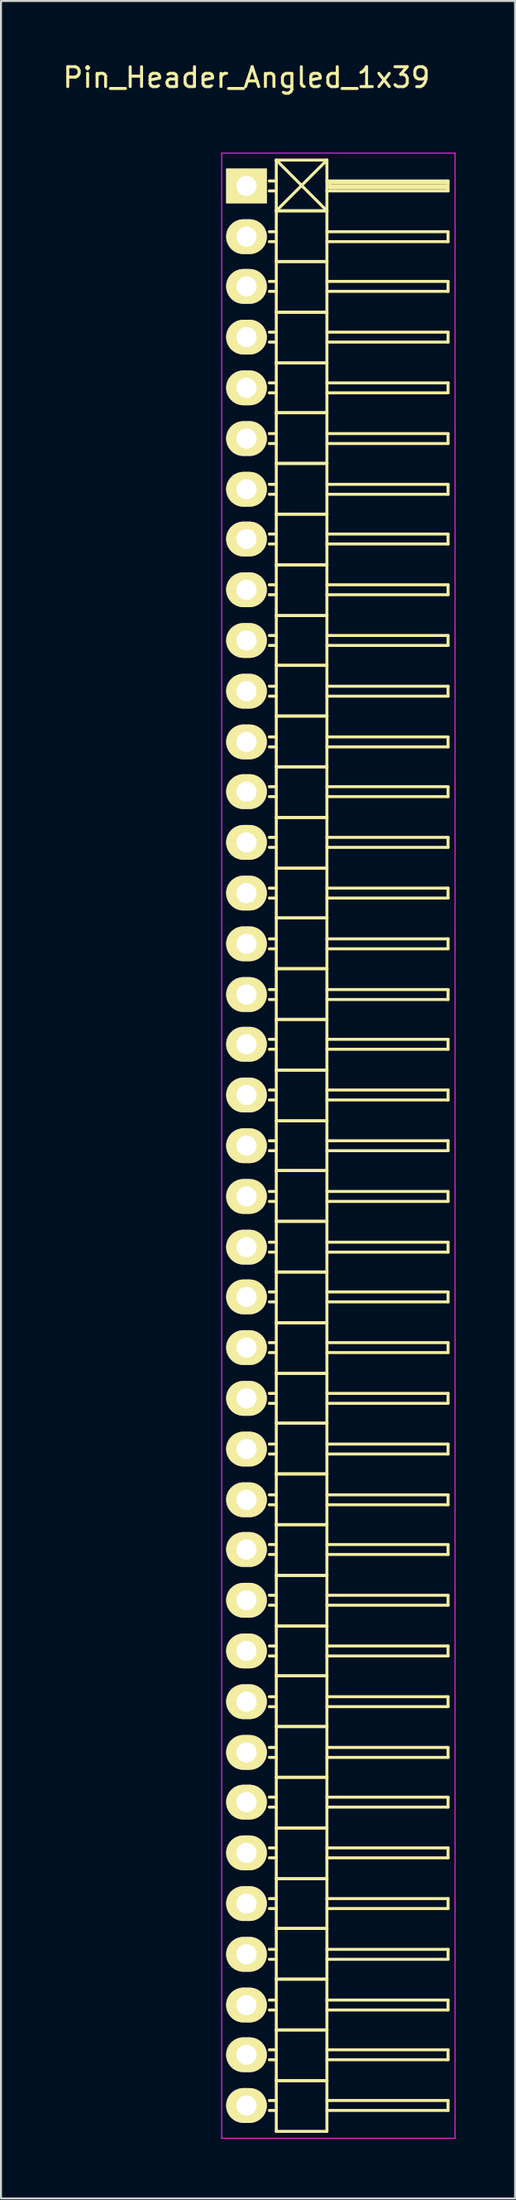
<source format=kicad_pcb>
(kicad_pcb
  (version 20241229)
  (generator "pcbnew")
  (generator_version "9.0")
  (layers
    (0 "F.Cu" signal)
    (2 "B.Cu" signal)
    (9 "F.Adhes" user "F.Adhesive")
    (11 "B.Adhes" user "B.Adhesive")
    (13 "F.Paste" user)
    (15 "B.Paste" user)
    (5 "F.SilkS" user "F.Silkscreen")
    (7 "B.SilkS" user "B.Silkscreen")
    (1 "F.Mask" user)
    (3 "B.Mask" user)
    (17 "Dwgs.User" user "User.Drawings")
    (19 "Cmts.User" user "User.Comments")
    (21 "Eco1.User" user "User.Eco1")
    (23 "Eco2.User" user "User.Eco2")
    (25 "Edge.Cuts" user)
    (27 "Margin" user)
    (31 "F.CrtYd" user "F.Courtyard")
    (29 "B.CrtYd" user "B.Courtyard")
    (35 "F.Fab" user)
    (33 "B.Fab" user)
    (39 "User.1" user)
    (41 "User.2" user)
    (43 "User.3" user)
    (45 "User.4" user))
  (footprint "Pin_Header_Angled_1x39"
    (layer "F.Cu")
    (at 9.363 6.298)
    (property "Reference" "Pin_Header_Angled_1x39" (at 0 -5.45 0) (layer "F.SilkS") (effects (font (size 1 1) (thickness 0.15))))
    (attr through_hole)
    (fp_line (start 1.5 -1.3) (end 1.5 1.25) (stroke (width 0.15) (type solid)) (layer "F.SilkS"))
    (fp_line (start 1.5 -1.3) (end 4.05 -1.3) (stroke (width 0.15) (type solid)) (layer "F.SilkS"))
    (fp_line (start 1.5 -0.25) (end 1.15 -0.25) (stroke (width 0.15) (type solid)) (layer "F.SilkS"))
    (fp_line (start 1.5 0.25) (end 1.15 0.25) (stroke (width 0.15) (type solid)) (layer "F.SilkS"))
    (fp_line (start 1.5 1.25) (end 1.5 3.8) (stroke (width 0.15) (type solid)) (layer "F.SilkS"))
    (fp_line (start 1.5 1.25) (end 4.05 1.25) (stroke (width 0.15) (type solid)) (layer "F.SilkS"))
    (fp_line (start 1.5 1.25) (end 4.05 1.25) (stroke (width 0.15) (type solid)) (layer "F.SilkS"))
    (fp_line (start 1.5 2.3) (end 1.15 2.3) (stroke (width 0.15) (type solid)) (layer "F.SilkS"))
    (fp_line (start 1.5 2.8) (end 1.15 2.8) (stroke (width 0.15) (type solid)) (layer "F.SilkS"))
    (fp_line (start 1.5 3.8) (end 1.5 6.35) (stroke (width 0.15) (type solid)) (layer "F.SilkS"))
    (fp_line (start 1.5 3.8) (end 4.05 3.8) (stroke (width 0.15) (type solid)) (layer "F.SilkS"))
    (fp_line (start 1.5 3.8) (end 4.05 3.8) (stroke (width 0.15) (type solid)) (layer "F.SilkS"))
    (fp_line (start 1.5 4.8) (end 1.15 4.8) (stroke (width 0.15) (type solid)) (layer "F.SilkS"))
    (fp_line (start 1.5 5.3) (end 1.15 5.3) (stroke (width 0.15) (type solid)) (layer "F.SilkS"))
    (fp_line (start 1.5 6.35) (end 1.5 8.9) (stroke (width 0.15) (type solid)) (layer "F.SilkS"))
    (fp_line (start 1.5 6.35) (end 4.05 6.35) (stroke (width 0.15) (type solid)) (layer "F.SilkS"))
    (fp_line (start 1.5 6.35) (end 4.05 6.35) (stroke (width 0.15) (type solid)) (layer "F.SilkS"))
    (fp_line (start 1.5 7.35) (end 1.15 7.35) (stroke (width 0.15) (type solid)) (layer "F.SilkS"))
    (fp_line (start 1.5 7.85) (end 1.15 7.85) (stroke (width 0.15) (type solid)) (layer "F.SilkS"))
    (fp_line (start 1.5 8.9) (end 1.5 11.4) (stroke (width 0.15) (type solid)) (layer "F.SilkS"))
    (fp_line (start 1.5 8.9) (end 4.05 8.9) (stroke (width 0.15) (type solid)) (layer "F.SilkS"))
    (fp_line (start 1.5 8.9) (end 4.05 8.9) (stroke (width 0.15) (type solid)) (layer "F.SilkS"))
    (fp_line (start 1.5 9.9) (end 1.15 9.9) (stroke (width 0.15) (type solid)) (layer "F.SilkS"))
    (fp_line (start 1.5 10.4) (end 1.15 10.4) (stroke (width 0.15) (type solid)) (layer "F.SilkS"))
    (fp_line (start 1.5 11.4) (end 1.5 13.95) (stroke (width 0.15) (type solid)) (layer "F.SilkS"))
    (fp_line (start 1.5 11.4) (end 4.05 11.4) (stroke (width 0.15) (type solid)) (layer "F.SilkS"))
    (fp_line (start 1.5 11.4) (end 4.05 11.4) (stroke (width 0.15) (type solid)) (layer "F.SilkS"))
    (fp_line (start 1.5 12.45) (end 1.15 12.45) (stroke (width 0.15) (type solid)) (layer "F.SilkS"))
    (fp_line (start 1.5 12.95) (end 1.15 12.95) (stroke (width 0.15) (type solid)) (layer "F.SilkS"))
    (fp_line (start 1.5 13.95) (end 1.5 16.5) (stroke (width 0.15) (type solid)) (layer "F.SilkS"))
    (fp_line (start 1.5 13.95) (end 4.05 13.95) (stroke (width 0.15) (type solid)) (layer "F.SilkS"))
    (fp_line (start 1.5 13.95) (end 4.05 13.95) (stroke (width 0.15) (type solid)) (layer "F.SilkS"))
    (fp_line (start 1.5 15) (end 1.15 15) (stroke (width 0.15) (type solid)) (layer "F.SilkS"))
    (fp_line (start 1.5 15.5) (end 1.15 15.5) (stroke (width 0.15) (type solid)) (layer "F.SilkS"))
    (fp_line (start 1.5 16.5) (end 1.5 19.05) (stroke (width 0.15) (type solid)) (layer "F.SilkS"))
    (fp_line (start 1.5 16.5) (end 4.05 16.5) (stroke (width 0.15) (type solid)) (layer "F.SilkS"))
    (fp_line (start 1.5 16.5) (end 4.05 16.5) (stroke (width 0.15) (type solid)) (layer "F.SilkS"))
    (fp_line (start 1.5 17.5) (end 1.15 17.5) (stroke (width 0.15) (type solid)) (layer "F.SilkS"))
    (fp_line (start 1.5 18) (end 1.15 18) (stroke (width 0.15) (type solid)) (layer "F.SilkS"))
    (fp_line (start 1.5 19.05) (end 1.5 21.6) (stroke (width 0.15) (type solid)) (layer "F.SilkS"))
    (fp_line (start 1.5 19.05) (end 4.05 19.05) (stroke (width 0.15) (type solid)) (layer "F.SilkS"))
    (fp_line (start 1.5 19.05) (end 4.05 19.05) (stroke (width 0.15) (type solid)) (layer "F.SilkS"))
    (fp_line (start 1.5 20.05) (end 1.15 20.05) (stroke (width 0.15) (type solid)) (layer "F.SilkS"))
    (fp_line (start 1.5 20.55) (end 1.15 20.55) (stroke (width 0.15) (type solid)) (layer "F.SilkS"))
    (fp_line (start 1.5 21.6) (end 1.5 24.1) (stroke (width 0.15) (type solid)) (layer "F.SilkS"))
    (fp_line (start 1.5 21.6) (end 4.05 21.6) (stroke (width 0.15) (type solid)) (layer "F.SilkS"))
    (fp_line (start 1.5 21.6) (end 4.05 21.6) (stroke (width 0.15) (type solid)) (layer "F.SilkS"))
    (fp_line (start 1.5 22.6) (end 1.15 22.6) (stroke (width 0.15) (type solid)) (layer "F.SilkS"))
    (fp_line (start 1.5 23.1) (end 1.15 23.1) (stroke (width 0.15) (type solid)) (layer "F.SilkS"))
    (fp_line (start 1.5 24.1) (end 1.5 26.65) (stroke (width 0.15) (type solid)) (layer "F.SilkS"))
    (fp_line (start 1.5 24.1) (end 4.05 24.1) (stroke (width 0.15) (type solid)) (layer "F.SilkS"))
    (fp_line (start 1.5 24.1) (end 4.05 24.1) (stroke (width 0.15) (type solid)) (layer "F.SilkS"))
    (fp_line (start 1.5 25.15) (end 1.15 25.15) (stroke (width 0.15) (type solid)) (layer "F.SilkS"))
    (fp_line (start 1.5 25.65) (end 1.15 25.65) (stroke (width 0.15) (type solid)) (layer "F.SilkS"))
    (fp_line (start 1.5 26.65) (end 1.5 29.2) (stroke (width 0.15) (type solid)) (layer "F.SilkS"))
    (fp_line (start 1.5 26.65) (end 4.05 26.65) (stroke (width 0.15) (type solid)) (layer "F.SilkS"))
    (fp_line (start 1.5 26.65) (end 4.05 26.65) (stroke (width 0.15) (type solid)) (layer "F.SilkS"))
    (fp_line (start 1.5 27.7) (end 1.15 27.7) (stroke (width 0.15) (type solid)) (layer "F.SilkS"))
    (fp_line (start 1.5 28.2) (end 1.15 28.2) (stroke (width 0.15) (type solid)) (layer "F.SilkS"))
    (fp_line (start 1.5 29.2) (end 1.5 31.75) (stroke (width 0.15) (type solid)) (layer "F.SilkS"))
    (fp_line (start 1.5 29.2) (end 4.05 29.2) (stroke (width 0.15) (type solid)) (layer "F.SilkS"))
    (fp_line (start 1.5 29.2) (end 4.05 29.2) (stroke (width 0.15) (type solid)) (layer "F.SilkS"))
    (fp_line (start 1.5 30.2) (end 1.15 30.2) (stroke (width 0.15) (type solid)) (layer "F.SilkS"))
    (fp_line (start 1.5 30.7) (end 1.15 30.7) (stroke (width 0.15) (type solid)) (layer "F.SilkS"))
    (fp_line (start 1.5 31.75) (end 1.5 34.3) (stroke (width 0.15) (type solid)) (layer "F.SilkS"))
    (fp_line (start 1.5 31.75) (end 4.05 31.75) (stroke (width 0.15) (type solid)) (layer "F.SilkS"))
    (fp_line (start 1.5 31.75) (end 4.05 31.75) (stroke (width 0.15) (type solid)) (layer "F.SilkS"))
    (fp_line (start 1.5 32.75) (end 1.15 32.75) (stroke (width 0.15) (type solid)) (layer "F.SilkS"))
    (fp_line (start 1.5 33.25) (end 1.15 33.25) (stroke (width 0.15) (type solid)) (layer "F.SilkS"))
    (fp_line (start 1.5 34.3) (end 1.5 36.8) (stroke (width 0.15) (type solid)) (layer "F.SilkS"))
    (fp_line (start 1.5 34.3) (end 4.05 34.3) (stroke (width 0.15) (type solid)) (layer "F.SilkS"))
    (fp_line (start 1.5 34.3) (end 4.05 34.3) (stroke (width 0.15) (type solid)) (layer "F.SilkS"))
    (fp_line (start 1.5 35.3) (end 1.15 35.3) (stroke (width 0.15) (type solid)) (layer "F.SilkS"))
    (fp_line (start 1.5 35.8) (end 1.15 35.8) (stroke (width 0.15) (type solid)) (layer "F.SilkS"))
    (fp_line (start 1.5 36.8) (end 1.5 39.35) (stroke (width 0.15) (type solid)) (layer "F.SilkS"))
    (fp_line (start 1.5 36.8) (end 4.05 36.8) (stroke (width 0.15) (type solid)) (layer "F.SilkS"))
    (fp_line (start 1.5 36.8) (end 4.05 36.8) (stroke (width 0.15) (type solid)) (layer "F.SilkS"))
    (fp_line (start 1.5 37.85) (end 1.15 37.85) (stroke (width 0.15) (type solid)) (layer "F.SilkS"))
    (fp_line (start 1.5 38.35) (end 1.15 38.35) (stroke (width 0.15) (type solid)) (layer "F.SilkS"))
    (fp_line (start 1.5 39.35) (end 1.5 41.9) (stroke (width 0.15) (type solid)) (layer "F.SilkS"))
    (fp_line (start 1.5 39.35) (end 4.05 39.35) (stroke (width 0.15) (type solid)) (layer "F.SilkS"))
    (fp_line (start 1.5 39.35) (end 4.05 39.35) (stroke (width 0.15) (type solid)) (layer "F.SilkS"))
    (fp_line (start 1.5 40.4) (end 1.15 40.4) (stroke (width 0.15) (type solid)) (layer "F.SilkS"))
    (fp_line (start 1.5 40.9) (end 1.15 40.9) (stroke (width 0.15) (type solid)) (layer "F.SilkS"))
    (fp_line (start 1.5 41.9) (end 1.5 44.45) (stroke (width 0.15) (type solid)) (layer "F.SilkS"))
    (fp_line (start 1.5 41.9) (end 4.05 41.9) (stroke (width 0.15) (type solid)) (layer "F.SilkS"))
    (fp_line (start 1.5 41.9) (end 4.05 41.9) (stroke (width 0.15) (type solid)) (layer "F.SilkS"))
    (fp_line (start 1.5 42.9) (end 1.15 42.9) (stroke (width 0.15) (type solid)) (layer "F.SilkS"))
    (fp_line (start 1.5 43.4) (end 1.15 43.4) (stroke (width 0.15) (type solid)) (layer "F.SilkS"))
    (fp_line (start 1.5 44.45) (end 1.5 47) (stroke (width 0.15) (type solid)) (layer "F.SilkS"))
    (fp_line (start 1.5 44.45) (end 4.05 44.45) (stroke (width 0.15) (type solid)) (layer "F.SilkS"))
    (fp_line (start 1.5 44.45) (end 4.05 44.45) (stroke (width 0.15) (type solid)) (layer "F.SilkS"))
    (fp_line (start 1.5 45.45) (end 1.15 45.45) (stroke (width 0.15) (type solid)) (layer "F.SilkS"))
    (fp_line (start 1.5 45.95) (end 1.15 45.95) (stroke (width 0.15) (type solid)) (layer "F.SilkS"))
    (fp_line (start 1.5 47) (end 1.5 49.5) (stroke (width 0.15) (type solid)) (layer "F.SilkS"))
    (fp_line (start 1.5 47) (end 4.05 47) (stroke (width 0.15) (type solid)) (layer "F.SilkS"))
    (fp_line (start 1.5 47) (end 4.05 47) (stroke (width 0.15) (type solid)) (layer "F.SilkS"))
    (fp_line (start 1.5 48) (end 1.15 48) (stroke (width 0.15) (type solid)) (layer "F.SilkS"))
    (fp_line (start 1.5 48.5) (end 1.15 48.5) (stroke (width 0.15) (type solid)) (layer "F.SilkS"))
    (fp_line (start 1.5 49.5) (end 1.5 52.05) (stroke (width 0.15) (type solid)) (layer "F.SilkS"))
    (fp_line (start 1.5 49.5) (end 4.05 49.5) (stroke (width 0.15) (type solid)) (layer "F.SilkS"))
    (fp_line (start 1.5 49.5) (end 4.05 49.5) (stroke (width 0.15) (type solid)) (layer "F.SilkS"))
    (fp_line (start 1.5 50.55) (end 1.15 50.55) (stroke (width 0.15) (type solid)) (layer "F.SilkS"))
    (fp_line (start 1.5 51.05) (end 1.15 51.05) (stroke (width 0.15) (type solid)) (layer "F.SilkS"))
    (fp_line (start 1.5 52.05) (end 1.5 54.6) (stroke (width 0.15) (type solid)) (layer "F.SilkS"))
    (fp_line (start 1.5 52.05) (end 4.05 52.05) (stroke (width 0.15) (type solid)) (layer "F.SilkS"))
    (fp_line (start 1.5 52.05) (end 4.05 52.05) (stroke (width 0.15) (type solid)) (layer "F.SilkS"))
    (fp_line (start 1.5 53.1) (end 1.15 53.1) (stroke (width 0.15) (type solid)) (layer "F.SilkS"))
    (fp_line (start 1.5 53.6) (end 1.15 53.6) (stroke (width 0.15) (type solid)) (layer "F.SilkS"))
    (fp_line (start 1.5 54.6) (end 1.5 57.15) (stroke (width 0.15) (type solid)) (layer "F.SilkS"))
    (fp_line (start 1.5 54.6) (end 4.05 54.6) (stroke (width 0.15) (type solid)) (layer "F.SilkS"))
    (fp_line (start 1.5 54.6) (end 4.05 54.6) (stroke (width 0.15) (type solid)) (layer "F.SilkS"))
    (fp_line (start 1.5 55.6) (end 1.15 55.6) (stroke (width 0.15) (type solid)) (layer "F.SilkS"))
    (fp_line (start 1.5 56.1) (end 1.15 56.1) (stroke (width 0.15) (type solid)) (layer "F.SilkS"))
    (fp_line (start 1.5 57.15) (end 1.5 59.7) (stroke (width 0.15) (type solid)) (layer "F.SilkS"))
    (fp_line (start 1.5 57.15) (end 4.05 57.15) (stroke (width 0.15) (type solid)) (layer "F.SilkS"))
    (fp_line (start 1.5 57.15) (end 4.05 57.15) (stroke (width 0.15) (type solid)) (layer "F.SilkS"))
    (fp_line (start 1.5 58.15) (end 1.15 58.15) (stroke (width 0.15) (type solid)) (layer "F.SilkS"))
    (fp_line (start 1.5 58.65) (end 1.15 58.65) (stroke (width 0.15) (type solid)) (layer "F.SilkS"))
    (fp_line (start 1.5 59.7) (end 1.5 62.2) (stroke (width 0.15) (type solid)) (layer "F.SilkS"))
    (fp_line (start 1.5 59.7) (end 4.05 59.7) (stroke (width 0.15) (type solid)) (layer "F.SilkS"))
    (fp_line (start 1.5 59.7) (end 4.05 59.7) (stroke (width 0.15) (type solid)) (layer "F.SilkS"))
    (fp_line (start 1.5 60.7) (end 1.15 60.7) (stroke (width 0.15) (type solid)) (layer "F.SilkS"))
    (fp_line (start 1.5 61.2) (end 1.15 61.2) (stroke (width 0.15) (type solid)) (layer "F.SilkS"))
    (fp_line (start 1.5 62.2) (end 1.5 64.75) (stroke (width 0.15) (type solid)) (layer "F.SilkS"))
    (fp_line (start 1.5 62.2) (end 4.05 62.2) (stroke (width 0.15) (type solid)) (layer "F.SilkS"))
    (fp_line (start 1.5 62.2) (end 4.05 62.2) (stroke (width 0.15) (type solid)) (layer "F.SilkS"))
    (fp_line (start 1.5 63.25) (end 1.15 63.25) (stroke (width 0.15) (type solid)) (layer "F.SilkS"))
    (fp_line (start 1.5 63.75) (end 1.15 63.75) (stroke (width 0.15) (type solid)) (layer "F.SilkS"))
    (fp_line (start 1.5 64.75) (end 1.5 67.3) (stroke (width 0.15) (type solid)) (layer "F.SilkS"))
    (fp_line (start 1.5 64.75) (end 4.05 64.75) (stroke (width 0.15) (type solid)) (layer "F.SilkS"))
    (fp_line (start 1.5 64.75) (end 4.05 64.75) (stroke (width 0.15) (type solid)) (layer "F.SilkS"))
    (fp_line (start 1.5 65.8) (end 1.15 65.8) (stroke (width 0.15) (type solid)) (layer "F.SilkS"))
    (fp_line (start 1.5 66.3) (end 1.15 66.3) (stroke (width 0.15) (type solid)) (layer "F.SilkS"))
    (fp_line (start 1.5 67.3) (end 1.5 69.85) (stroke (width 0.15) (type solid)) (layer "F.SilkS"))
    (fp_line (start 1.5 67.3) (end 4.05 67.3) (stroke (width 0.15) (type solid)) (layer "F.SilkS"))
    (fp_line (start 1.5 67.3) (end 4.05 67.3) (stroke (width 0.15) (type solid)) (layer "F.SilkS"))
    (fp_line (start 1.5 68.3) (end 1.15 68.3) (stroke (width 0.15) (type solid)) (layer "F.SilkS"))
    (fp_line (start 1.5 68.8) (end 1.15 68.8) (stroke (width 0.15) (type solid)) (layer "F.SilkS"))
    (fp_line (start 1.5 69.85) (end 1.5 72.4) (stroke (width 0.15) (type solid)) (layer "F.SilkS"))
    (fp_line (start 1.5 69.85) (end 4.05 69.85) (stroke (width 0.15) (type solid)) (layer "F.SilkS"))
    (fp_line (start 1.5 69.85) (end 4.05 69.85) (stroke (width 0.15) (type solid)) (layer "F.SilkS"))
    (fp_line (start 1.5 70.85) (end 1.15 70.85) (stroke (width 0.15) (type solid)) (layer "F.SilkS"))
    (fp_line (start 1.5 71.35) (end 1.15 71.35) (stroke (width 0.15) (type solid)) (layer "F.SilkS"))
    (fp_line (start 1.5 72.4) (end 1.5 74.9) (stroke (width 0.15) (type solid)) (layer "F.SilkS"))
    (fp_line (start 1.5 72.4) (end 4.05 72.4) (stroke (width 0.15) (type solid)) (layer "F.SilkS"))
    (fp_line (start 1.5 72.4) (end 4.05 72.4) (stroke (width 0.15) (type solid)) (layer "F.SilkS"))
    (fp_line (start 1.5 73.4) (end 1.15 73.4) (stroke (width 0.15) (type solid)) (layer "F.SilkS"))
    (fp_line (start 1.5 73.9) (end 1.15 73.9) (stroke (width 0.15) (type solid)) (layer "F.SilkS"))
    (fp_line (start 1.5 74.9) (end 1.5 77.45) (stroke (width 0.15) (type solid)) (layer "F.SilkS"))
    (fp_line (start 1.5 74.9) (end 4.05 74.9) (stroke (width 0.15) (type solid)) (layer "F.SilkS"))
    (fp_line (start 1.5 74.9) (end 4.05 74.9) (stroke (width 0.15) (type solid)) (layer "F.SilkS"))
    (fp_line (start 1.5 75.95) (end 1.15 75.95) (stroke (width 0.15) (type solid)) (layer "F.SilkS"))
    (fp_line (start 1.5 76.45) (end 1.15 76.45) (stroke (width 0.15) (type solid)) (layer "F.SilkS"))
    (fp_line (start 1.5 77.45) (end 1.5 80) (stroke (width 0.15) (type solid)) (layer "F.SilkS"))
    (fp_line (start 1.5 77.45) (end 4.05 77.45) (stroke (width 0.15) (type solid)) (layer "F.SilkS"))
    (fp_line (start 1.5 77.45) (end 4.05 77.45) (stroke (width 0.15) (type solid)) (layer "F.SilkS"))
    (fp_line (start 1.5 78.5) (end 1.15 78.5) (stroke (width 0.15) (type solid)) (layer "F.SilkS"))
    (fp_line (start 1.5 79) (end 1.15 79) (stroke (width 0.15) (type solid)) (layer "F.SilkS"))
    (fp_line (start 1.5 80) (end 1.5 82.55) (stroke (width 0.15) (type solid)) (layer "F.SilkS"))
    (fp_line (start 1.5 80) (end 4.05 80) (stroke (width 0.15) (type solid)) (layer "F.SilkS"))
    (fp_line (start 1.5 80) (end 4.05 80) (stroke (width 0.15) (type solid)) (layer "F.SilkS"))
    (fp_line (start 1.5 81) (end 1.15 81) (stroke (width 0.15) (type solid)) (layer "F.SilkS"))
    (fp_line (start 1.5 81.5) (end 1.15 81.5) (stroke (width 0.15) (type solid)) (layer "F.SilkS"))
    (fp_line (start 1.5 82.55) (end 1.5 85.1) (stroke (width 0.15) (type solid)) (layer "F.SilkS"))
    (fp_line (start 1.5 82.55) (end 4.05 82.55) (stroke (width 0.15) (type solid)) (layer "F.SilkS"))
    (fp_line (start 1.5 82.55) (end 4.05 82.55) (stroke (width 0.15) (type solid)) (layer "F.SilkS"))
    (fp_line (start 1.5 83.55) (end 1.15 83.55) (stroke (width 0.15) (type solid)) (layer "F.SilkS"))
    (fp_line (start 1.5 84.05) (end 1.15 84.05) (stroke (width 0.15) (type solid)) (layer "F.SilkS"))
    (fp_line (start 1.5 85.1) (end 1.5 87.6) (stroke (width 0.15) (type solid)) (layer "F.SilkS"))
    (fp_line (start 1.5 85.1) (end 4.05 85.1) (stroke (width 0.15) (type solid)) (layer "F.SilkS"))
    (fp_line (start 1.5 85.1) (end 4.05 85.1) (stroke (width 0.15) (type solid)) (layer "F.SilkS"))
    (fp_line (start 1.5 86.1) (end 1.15 86.1) (stroke (width 0.15) (type solid)) (layer "F.SilkS"))
    (fp_line (start 1.5 86.6) (end 1.15 86.6) (stroke (width 0.15) (type solid)) (layer "F.SilkS"))
    (fp_line (start 1.5 87.6) (end 1.5 90.15) (stroke (width 0.15) (type solid)) (layer "F.SilkS"))
    (fp_line (start 1.5 87.6) (end 4.05 87.6) (stroke (width 0.15) (type solid)) (layer "F.SilkS"))
    (fp_line (start 1.5 87.6) (end 4.05 87.6) (stroke (width 0.15) (type solid)) (layer "F.SilkS"))
    (fp_line (start 1.5 88.65) (end 1.15 88.65) (stroke (width 0.15) (type solid)) (layer "F.SilkS"))
    (fp_line (start 1.5 89.15) (end 1.15 89.15) (stroke (width 0.15) (type solid)) (layer "F.SilkS"))
    (fp_line (start 1.5 90.15) (end 1.5 92.7) (stroke (width 0.15) (type solid)) (layer "F.SilkS"))
    (fp_line (start 1.5 90.15) (end 4.05 90.15) (stroke (width 0.15) (type solid)) (layer "F.SilkS"))
    (fp_line (start 1.5 90.15) (end 4.05 90.15) (stroke (width 0.15) (type solid)) (layer "F.SilkS"))
    (fp_line (start 1.5 91.2) (end 1.15 91.2) (stroke (width 0.15) (type solid)) (layer "F.SilkS"))
    (fp_line (start 1.5 91.7) (end 1.15 91.7) (stroke (width 0.15) (type solid)) (layer "F.SilkS"))
    (fp_line (start 1.5 92.7) (end 1.5 95.25) (stroke (width 0.15) (type solid)) (layer "F.SilkS"))
    (fp_line (start 1.5 92.7) (end 4.05 92.7) (stroke (width 0.15) (type solid)) (layer "F.SilkS"))
    (fp_line (start 1.5 92.7) (end 4.05 92.7) (stroke (width 0.15) (type solid)) (layer "F.SilkS"))
    (fp_line (start 1.5 93.7) (end 1.15 93.7) (stroke (width 0.15) (type solid)) (layer "F.SilkS"))
    (fp_line (start 1.5 94.2) (end 1.15 94.2) (stroke (width 0.15) (type solid)) (layer "F.SilkS"))
    (fp_line (start 1.5 95.25) (end 1.5 97.8) (stroke (width 0.15) (type solid)) (layer "F.SilkS"))
    (fp_line (start 1.5 95.25) (end 4.05 95.25) (stroke (width 0.15) (type solid)) (layer "F.SilkS"))
    (fp_line (start 1.5 95.25) (end 4.05 95.25) (stroke (width 0.15) (type solid)) (layer "F.SilkS"))
    (fp_line (start 1.5 96.25) (end 1.15 96.25) (stroke (width 0.15) (type solid)) (layer "F.SilkS"))
    (fp_line (start 1.5 96.75) (end 1.15 96.75) (stroke (width 0.15) (type solid)) (layer "F.SilkS"))
    (fp_line (start 1.5 97.8) (end 4.05 97.8) (stroke (width 0.15) (type solid)) (layer "F.SilkS"))
    (fp_line (start 4.05 -1.3) (end 1.5 1.25) (stroke (width 0.15) (type solid)) (layer "F.SilkS"))
    (fp_line (start 4.05 -0.25) (end 10.15 -0.25) (stroke (width 0.15) (type solid)) (layer "F.SilkS"))
    (fp_line (start 4.05 1.25) (end 1.5 -1.3) (stroke (width 0.15) (type solid)) (layer "F.SilkS"))
    (fp_line (start 4.05 1.25) (end 4.05 -1.3) (stroke (width 0.15) (type solid)) (layer "F.SilkS"))
    (fp_line (start 4.05 2.3) (end 10.15 2.3) (stroke (width 0.15) (type solid)) (layer "F.SilkS"))
    (fp_line (start 4.05 3.8) (end 4.05 1.25) (stroke (width 0.15) (type solid)) (layer "F.SilkS"))
    (fp_line (start 4.05 4.8) (end 10.15 4.8) (stroke (width 0.15) (type solid)) (layer "F.SilkS"))
    (fp_line (start 4.05 6.35) (end 4.05 3.8) (stroke (width 0.15) (type solid)) (layer "F.SilkS"))
    (fp_line (start 4.05 7.35) (end 10.15 7.35) (stroke (width 0.15) (type solid)) (layer "F.SilkS"))
    (fp_line (start 4.05 8.9) (end 4.05 6.35) (stroke (width 0.15) (type solid)) (layer "F.SilkS"))
    (fp_line (start 4.05 9.9) (end 10.15 9.9) (stroke (width 0.15) (type solid)) (layer "F.SilkS"))
    (fp_line (start 4.05 11.4) (end 4.05 8.9) (stroke (width 0.15) (type solid)) (layer "F.SilkS"))
    (fp_line (start 4.05 12.45) (end 10.15 12.45) (stroke (width 0.15) (type solid)) (layer "F.SilkS"))
    (fp_line (start 4.05 13.95) (end 4.05 11.4) (stroke (width 0.15) (type solid)) (layer "F.SilkS"))
    (fp_line (start 4.05 15) (end 10.15 15) (stroke (width 0.15) (type solid)) (layer "F.SilkS"))
    (fp_line (start 4.05 16.5) (end 4.05 13.95) (stroke (width 0.15) (type solid)) (layer "F.SilkS"))
    (fp_line (start 4.05 17.5) (end 10.15 17.5) (stroke (width 0.15) (type solid)) (layer "F.SilkS"))
    (fp_line (start 4.05 19.05) (end 4.05 16.5) (stroke (width 0.15) (type solid)) (layer "F.SilkS"))
    (fp_line (start 4.05 20.05) (end 10.15 20.05) (stroke (width 0.15) (type solid)) (layer "F.SilkS"))
    (fp_line (start 4.05 21.6) (end 4.05 19.05) (stroke (width 0.15) (type solid)) (layer "F.SilkS"))
    (fp_line (start 4.05 22.6) (end 10.15 22.6) (stroke (width 0.15) (type solid)) (layer "F.SilkS"))
    (fp_line (start 4.05 24.1) (end 4.05 21.6) (stroke (width 0.15) (type solid)) (layer "F.SilkS"))
    (fp_line (start 4.05 25.15) (end 10.15 25.15) (stroke (width 0.15) (type solid)) (layer "F.SilkS"))
    (fp_line (start 4.05 26.65) (end 4.05 24.1) (stroke (width 0.15) (type solid)) (layer "F.SilkS"))
    (fp_line (start 4.05 27.7) (end 10.15 27.7) (stroke (width 0.15) (type solid)) (layer "F.SilkS"))
    (fp_line (start 4.05 29.2) (end 4.05 26.65) (stroke (width 0.15) (type solid)) (layer "F.SilkS"))
    (fp_line (start 4.05 30.2) (end 10.15 30.2) (stroke (width 0.15) (type solid)) (layer "F.SilkS"))
    (fp_line (start 4.05 31.75) (end 4.05 29.2) (stroke (width 0.15) (type solid)) (layer "F.SilkS"))
    (fp_line (start 4.05 32.75) (end 10.15 32.75) (stroke (width 0.15) (type solid)) (layer "F.SilkS"))
    (fp_line (start 4.05 34.3) (end 4.05 31.75) (stroke (width 0.15) (type solid)) (layer "F.SilkS"))
    (fp_line (start 4.05 35.3) (end 10.15 35.3) (stroke (width 0.15) (type solid)) (layer "F.SilkS"))
    (fp_line (start 4.05 36.8) (end 4.05 34.3) (stroke (width 0.15) (type solid)) (layer "F.SilkS"))
    (fp_line (start 4.05 37.85) (end 10.15 37.85) (stroke (width 0.15) (type solid)) (layer "F.SilkS"))
    (fp_line (start 4.05 39.35) (end 4.05 36.8) (stroke (width 0.15) (type solid)) (layer "F.SilkS"))
    (fp_line (start 4.05 40.4) (end 10.15 40.4) (stroke (width 0.15) (type solid)) (layer "F.SilkS"))
    (fp_line (start 4.05 41.9) (end 4.05 39.35) (stroke (width 0.15) (type solid)) (layer "F.SilkS"))
    (fp_line (start 4.05 42.9) (end 10.15 42.9) (stroke (width 0.15) (type solid)) (layer "F.SilkS"))
    (fp_line (start 4.05 44.45) (end 4.05 41.9) (stroke (width 0.15) (type solid)) (layer "F.SilkS"))
    (fp_line (start 4.05 45.45) (end 10.15 45.45) (stroke (width 0.15) (type solid)) (layer "F.SilkS"))
    (fp_line (start 4.05 47) (end 4.05 44.45) (stroke (width 0.15) (type solid)) (layer "F.SilkS"))
    (fp_line (start 4.05 48) (end 10.15 48) (stroke (width 0.15) (type solid)) (layer "F.SilkS"))
    (fp_line (start 4.05 49.5) (end 4.05 47) (stroke (width 0.15) (type solid)) (layer "F.SilkS"))
    (fp_line (start 4.05 50.55) (end 10.15 50.55) (stroke (width 0.15) (type solid)) (layer "F.SilkS"))
    (fp_line (start 4.05 52.05) (end 4.05 49.5) (stroke (width 0.15) (type solid)) (layer "F.SilkS"))
    (fp_line (start 4.05 53.1) (end 10.15 53.1) (stroke (width 0.15) (type solid)) (layer "F.SilkS"))
    (fp_line (start 4.05 54.6) (end 4.05 52.05) (stroke (width 0.15) (type solid)) (layer "F.SilkS"))
    (fp_line (start 4.05 55.6) (end 10.15 55.6) (stroke (width 0.15) (type solid)) (layer "F.SilkS"))
    (fp_line (start 4.05 57.15) (end 4.05 54.6) (stroke (width 0.15) (type solid)) (layer "F.SilkS"))
    (fp_line (start 4.05 58.15) (end 10.15 58.15) (stroke (width 0.15) (type solid)) (layer "F.SilkS"))
    (fp_line (start 4.05 59.7) (end 4.05 57.15) (stroke (width 0.15) (type solid)) (layer "F.SilkS"))
    (fp_line (start 4.05 60.7) (end 10.15 60.7) (stroke (width 0.15) (type solid)) (layer "F.SilkS"))
    (fp_line (start 4.05 62.2) (end 4.05 59.7) (stroke (width 0.15) (type solid)) (layer "F.SilkS"))
    (fp_line (start 4.05 63.25) (end 10.15 63.25) (stroke (width 0.15) (type solid)) (layer "F.SilkS"))
    (fp_line (start 4.05 64.75) (end 4.05 62.2) (stroke (width 0.15) (type solid)) (layer "F.SilkS"))
    (fp_line (start 4.05 65.8) (end 10.15 65.8) (stroke (width 0.15) (type solid)) (layer "F.SilkS"))
    (fp_line (start 4.05 67.3) (end 4.05 64.75) (stroke (width 0.15) (type solid)) (layer "F.SilkS"))
    (fp_line (start 4.05 68.3) (end 10.15 68.3) (stroke (width 0.15) (type solid)) (layer "F.SilkS"))
    (fp_line (start 4.05 69.85) (end 4.05 67.3) (stroke (width 0.15) (type solid)) (layer "F.SilkS"))
    (fp_line (start 4.05 70.85) (end 10.15 70.85) (stroke (width 0.15) (type solid)) (layer "F.SilkS"))
    (fp_line (start 4.05 72.4) (end 4.05 69.85) (stroke (width 0.15) (type solid)) (layer "F.SilkS"))
    (fp_line (start 4.05 73.4) (end 10.15 73.4) (stroke (width 0.15) (type solid)) (layer "F.SilkS"))
    (fp_line (start 4.05 74.9) (end 4.05 72.4) (stroke (width 0.15) (type solid)) (layer "F.SilkS"))
    (fp_line (start 4.05 75.95) (end 10.15 75.95) (stroke (width 0.15) (type solid)) (layer "F.SilkS"))
    (fp_line (start 4.05 77.45) (end 4.05 74.9) (stroke (width 0.15) (type solid)) (layer "F.SilkS"))
    (fp_line (start 4.05 78.5) (end 10.15 78.5) (stroke (width 0.15) (type solid)) (layer "F.SilkS"))
    (fp_line (start 4.05 80) (end 4.05 77.45) (stroke (width 0.15) (type solid)) (layer "F.SilkS"))
    (fp_line (start 4.05 81) (end 10.15 81) (stroke (width 0.15) (type solid)) (layer "F.SilkS"))
    (fp_line (start 4.05 82.55) (end 4.05 80) (stroke (width 0.15) (type solid)) (layer "F.SilkS"))
    (fp_line (start 4.05 83.55) (end 10.15 83.55) (stroke (width 0.15) (type solid)) (layer "F.SilkS"))
    (fp_line (start 4.05 85.1) (end 4.05 82.55) (stroke (width 0.15) (type solid)) (layer "F.SilkS"))
    (fp_line (start 4.05 86.1) (end 10.15 86.1) (stroke (width 0.15) (type solid)) (layer "F.SilkS"))
    (fp_line (start 4.05 87.6) (end 4.05 85.1) (stroke (width 0.15) (type solid)) (layer "F.SilkS"))
    (fp_line (start 4.05 88.65) (end 10.15 88.65) (stroke (width 0.15) (type solid)) (layer "F.SilkS"))
    (fp_line (start 4.05 90.15) (end 4.05 87.6) (stroke (width 0.15) (type solid)) (layer "F.SilkS"))
    (fp_line (start 4.05 91.2) (end 10.15 91.2) (stroke (width 0.15) (type solid)) (layer "F.SilkS"))
    (fp_line (start 4.05 92.7) (end 4.05 90.15) (stroke (width 0.15) (type solid)) (layer "F.SilkS"))
    (fp_line (start 4.05 93.7) (end 10.15 93.7) (stroke (width 0.15) (type solid)) (layer "F.SilkS"))
    (fp_line (start 4.05 95.25) (end 4.05 92.7) (stroke (width 0.15) (type solid)) (layer "F.SilkS"))
    (fp_line (start 4.05 96.25) (end 10.15 96.25) (stroke (width 0.15) (type solid)) (layer "F.SilkS"))
    (fp_line (start 4.05 97.8) (end 4.05 95.25) (stroke (width 0.15) (type solid)) (layer "F.SilkS"))
    (fp_line (start 4.2 -0.15) (end 4.2 0.1) (stroke (width 0.15) (type solid)) (layer "F.SilkS"))
    (fp_line (start 4.2 0.1) (end 10.05 0.1) (stroke (width 0.15) (type solid)) (layer "F.SilkS"))
    (fp_line (start 10.05 -0.15) (end 4.2 -0.15) (stroke (width 0.15) (type solid)) (layer "F.SilkS"))
    (fp_line (start 10.05 0) (end 4.2 0) (stroke (width 0.15) (type solid)) (layer "F.SilkS"))
    (fp_line (start 10.05 0.1) (end 10.05 0) (stroke (width 0.15) (type solid)) (layer "F.SilkS"))
    (fp_line (start 10.15 -0.25) (end 10.15 0.25) (stroke (width 0.15) (type solid)) (layer "F.SilkS"))
    (fp_line (start 10.15 0.25) (end 4.05 0.25) (stroke (width 0.15) (type solid)) (layer "F.SilkS"))
    (fp_line (start 10.15 2.3) (end 10.15 2.8) (stroke (width 0.15) (type solid)) (layer "F.SilkS"))
    (fp_line (start 10.15 2.8) (end 4.05 2.8) (stroke (width 0.15) (type solid)) (layer "F.SilkS"))
    (fp_line (start 10.15 4.8) (end 10.15 5.3) (stroke (width 0.15) (type solid)) (layer "F.SilkS"))
    (fp_line (start 10.15 5.3) (end 4.05 5.3) (stroke (width 0.15) (type solid)) (layer "F.SilkS"))
    (fp_line (start 10.15 7.35) (end 10.15 7.85) (stroke (width 0.15) (type solid)) (layer "F.SilkS"))
    (fp_line (start 10.15 7.85) (end 4.05 7.85) (stroke (width 0.15) (type solid)) (layer "F.SilkS"))
    (fp_line (start 10.15 9.9) (end 10.15 10.4) (stroke (width 0.15) (type solid)) (layer "F.SilkS"))
    (fp_line (start 10.15 10.4) (end 4.05 10.4) (stroke (width 0.15) (type solid)) (layer "F.SilkS"))
    (fp_line (start 10.15 12.45) (end 10.15 12.95) (stroke (width 0.15) (type solid)) (layer "F.SilkS"))
    (fp_line (start 10.15 12.95) (end 4.05 12.95) (stroke (width 0.15) (type solid)) (layer "F.SilkS"))
    (fp_line (start 10.15 15) (end 10.15 15.5) (stroke (width 0.15) (type solid)) (layer "F.SilkS"))
    (fp_line (start 10.15 15.5) (end 4.05 15.5) (stroke (width 0.15) (type solid)) (layer "F.SilkS"))
    (fp_line (start 10.15 17.5) (end 10.15 18) (stroke (width 0.15) (type solid)) (layer "F.SilkS"))
    (fp_line (start 10.15 18) (end 4.05 18) (stroke (width 0.15) (type solid)) (layer "F.SilkS"))
    (fp_line (start 10.15 20.05) (end 10.15 20.55) (stroke (width 0.15) (type solid)) (layer "F.SilkS"))
    (fp_line (start 10.15 20.55) (end 4.05 20.55) (stroke (width 0.15) (type solid)) (layer "F.SilkS"))
    (fp_line (start 10.15 22.6) (end 10.15 23.1) (stroke (width 0.15) (type solid)) (layer "F.SilkS"))
    (fp_line (start 10.15 23.1) (end 4.05 23.1) (stroke (width 0.15) (type solid)) (layer "F.SilkS"))
    (fp_line (start 10.15 25.15) (end 10.15 25.65) (stroke (width 0.15) (type solid)) (layer "F.SilkS"))
    (fp_line (start 10.15 25.65) (end 4.05 25.65) (stroke (width 0.15) (type solid)) (layer "F.SilkS"))
    (fp_line (start 10.15 27.7) (end 10.15 28.2) (stroke (width 0.15) (type solid)) (layer "F.SilkS"))
    (fp_line (start 10.15 28.2) (end 4.05 28.2) (stroke (width 0.15) (type solid)) (layer "F.SilkS"))
    (fp_line (start 10.15 30.2) (end 10.15 30.7) (stroke (width 0.15) (type solid)) (layer "F.SilkS"))
    (fp_line (start 10.15 30.7) (end 4.05 30.7) (stroke (width 0.15) (type solid)) (layer "F.SilkS"))
    (fp_line (start 10.15 32.75) (end 10.15 33.25) (stroke (width 0.15) (type solid)) (layer "F.SilkS"))
    (fp_line (start 10.15 33.25) (end 4.05 33.25) (stroke (width 0.15) (type solid)) (layer "F.SilkS"))
    (fp_line (start 10.15 35.3) (end 10.15 35.8) (stroke (width 0.15) (type solid)) (layer "F.SilkS"))
    (fp_line (start 10.15 35.8) (end 4.05 35.8) (stroke (width 0.15) (type solid)) (layer "F.SilkS"))
    (fp_line (start 10.15 37.85) (end 10.15 38.35) (stroke (width 0.15) (type solid)) (layer "F.SilkS"))
    (fp_line (start 10.15 38.35) (end 4.05 38.35) (stroke (width 0.15) (type solid)) (layer "F.SilkS"))
    (fp_line (start 10.15 40.4) (end 10.15 40.9) (stroke (width 0.15) (type solid)) (layer "F.SilkS"))
    (fp_line (start 10.15 40.9) (end 4.05 40.9) (stroke (width 0.15) (type solid)) (layer "F.SilkS"))
    (fp_line (start 10.15 42.9) (end 10.15 43.4) (stroke (width 0.15) (type solid)) (layer "F.SilkS"))
    (fp_line (start 10.15 43.4) (end 4.05 43.4) (stroke (width 0.15) (type solid)) (layer "F.SilkS"))
    (fp_line (start 10.15 45.45) (end 10.15 45.95) (stroke (width 0.15) (type solid)) (layer "F.SilkS"))
    (fp_line (start 10.15 45.95) (end 4.05 45.95) (stroke (width 0.15) (type solid)) (layer "F.SilkS"))
    (fp_line (start 10.15 48) (end 10.15 48.5) (stroke (width 0.15) (type solid)) (layer "F.SilkS"))
    (fp_line (start 10.15 48.5) (end 4.05 48.5) (stroke (width 0.15) (type solid)) (layer "F.SilkS"))
    (fp_line (start 10.15 50.55) (end 10.15 51.05) (stroke (width 0.15) (type solid)) (layer "F.SilkS"))
    (fp_line (start 10.15 51.05) (end 4.05 51.05) (stroke (width 0.15) (type solid)) (layer "F.SilkS"))
    (fp_line (start 10.15 53.1) (end 10.15 53.6) (stroke (width 0.15) (type solid)) (layer "F.SilkS"))
    (fp_line (start 10.15 53.6) (end 4.05 53.6) (stroke (width 0.15) (type solid)) (layer "F.SilkS"))
    (fp_line (start 10.15 55.6) (end 10.15 56.1) (stroke (width 0.15) (type solid)) (layer "F.SilkS"))
    (fp_line (start 10.15 56.1) (end 4.05 56.1) (stroke (width 0.15) (type solid)) (layer "F.SilkS"))
    (fp_line (start 10.15 58.15) (end 10.15 58.65) (stroke (width 0.15) (type solid)) (layer "F.SilkS"))
    (fp_line (start 10.15 58.65) (end 4.05 58.65) (stroke (width 0.15) (type solid)) (layer "F.SilkS"))
    (fp_line (start 10.15 60.7) (end 10.15 61.2) (stroke (width 0.15) (type solid)) (layer "F.SilkS"))
    (fp_line (start 10.15 61.2) (end 4.05 61.2) (stroke (width 0.15) (type solid)) (layer "F.SilkS"))
    (fp_line (start 10.15 63.25) (end 10.15 63.75) (stroke (width 0.15) (type solid)) (layer "F.SilkS"))
    (fp_line (start 10.15 63.75) (end 4.05 63.75) (stroke (width 0.15) (type solid)) (layer "F.SilkS"))
    (fp_line (start 10.15 65.8) (end 10.15 66.3) (stroke (width 0.15) (type solid)) (layer "F.SilkS"))
    (fp_line (start 10.15 66.3) (end 4.05 66.3) (stroke (width 0.15) (type solid)) (layer "F.SilkS"))
    (fp_line (start 10.15 68.3) (end 10.15 68.8) (stroke (width 0.15) (type solid)) (layer "F.SilkS"))
    (fp_line (start 10.15 68.8) (end 4.05 68.8) (stroke (width 0.15) (type solid)) (layer "F.SilkS"))
    (fp_line (start 10.15 70.85) (end 10.15 71.35) (stroke (width 0.15) (type solid)) (layer "F.SilkS"))
    (fp_line (start 10.15 71.35) (end 4.05 71.35) (stroke (width 0.15) (type solid)) (layer "F.SilkS"))
    (fp_line (start 10.15 73.4) (end 10.15 73.9) (stroke (width 0.15) (type solid)) (layer "F.SilkS"))
    (fp_line (start 10.15 73.9) (end 4.05 73.9) (stroke (width 0.15) (type solid)) (layer "F.SilkS"))
    (fp_line (start 10.15 75.95) (end 10.15 76.45) (stroke (width 0.15) (type solid)) (layer "F.SilkS"))
    (fp_line (start 10.15 76.45) (end 4.05 76.45) (stroke (width 0.15) (type solid)) (layer "F.SilkS"))
    (fp_line (start 10.15 78.5) (end 10.15 79) (stroke (width 0.15) (type solid)) (layer "F.SilkS"))
    (fp_line (start 10.15 79) (end 4.05 79) (stroke (width 0.15) (type solid)) (layer "F.SilkS"))
    (fp_line (start 10.15 81) (end 10.15 81.5) (stroke (width 0.15) (type solid)) (layer "F.SilkS"))
    (fp_line (start 10.15 81.5) (end 4.05 81.5) (stroke (width 0.15) (type solid)) (layer "F.SilkS"))
    (fp_line (start 10.15 83.55) (end 10.15 84.05) (stroke (width 0.15) (type solid)) (layer "F.SilkS"))
    (fp_line (start 10.15 84.05) (end 4.05 84.05) (stroke (width 0.15) (type solid)) (layer "F.SilkS"))
    (fp_line (start 10.15 86.1) (end 10.15 86.6) (stroke (width 0.15) (type solid)) (layer "F.SilkS"))
    (fp_line (start 10.15 86.6) (end 4.05 86.6) (stroke (width 0.15) (type solid)) (layer "F.SilkS"))
    (fp_line (start 10.15 88.65) (end 10.15 89.15) (stroke (width 0.15) (type solid)) (layer "F.SilkS"))
    (fp_line (start 10.15 89.15) (end 4.05 89.15) (stroke (width 0.15) (type solid)) (layer "F.SilkS"))
    (fp_line (start 10.15 91.2) (end 10.15 91.7) (stroke (width 0.15) (type solid)) (layer "F.SilkS"))
    (fp_line (start 10.15 91.7) (end 4.05 91.7) (stroke (width 0.15) (type solid)) (layer "F.SilkS"))
    (fp_line (start 10.15 93.7) (end 10.15 94.2) (stroke (width 0.15) (type solid)) (layer "F.SilkS"))
    (fp_line (start 10.15 94.2) (end 4.05 94.2) (stroke (width 0.15) (type solid)) (layer "F.SilkS"))
    (fp_line (start 10.15 96.25) (end 10.15 96.75) (stroke (width 0.15) (type solid)) (layer "F.SilkS"))
    (fp_line (start 10.15 96.75) (end 4.05 96.75) (stroke (width 0.15) (type solid)) (layer "F.SilkS"))
    (fp_line (start -1.25 -1.65) (end -1.25 98.15) (stroke (width 0.05) (type solid)) (layer "F.CrtYd"))
    (fp_line (start -1.25 -1.65) (end 10.5 -1.65) (stroke (width 0.05) (type solid)) (layer "F.CrtYd"))
    (fp_line (start -1.25 98.15) (end 10.5 98.15) (stroke (width 0.05) (type solid)) (layer "F.CrtYd"))
    (fp_line (start 10.5 -1.65) (end 10.5 98.15) (stroke (width 0.05) (type solid)) (layer "F.CrtYd"))
    (pad "1" thru_hole rect (at 0 0) (size 2.05 1.75) (drill 1.016) (layers "*.Cu" "*.Mask" "F.SilkS"))
    (pad "2" thru_hole oval (at 0 2.55) (size 2.05 1.75) (drill 1.016) (layers "*.Cu" "*.Mask" "F.SilkS"))
    (pad "3" thru_hole oval (at 0 5.05) (size 2.05 1.75) (drill 1.016) (layers "*.Cu" "*.Mask" "F.SilkS"))
    (pad "4" thru_hole oval (at 0 7.6) (size 2.05 1.75) (drill 1.016) (layers "*.Cu" "*.Mask" "F.SilkS"))
    (pad "5" thru_hole oval (at 0 10.15) (size 2.05 1.75) (drill 1.016) (layers "*.Cu" "*.Mask" "F.SilkS"))
    (pad "6" thru_hole oval (at 0 12.7) (size 2.05 1.75) (drill 1.016) (layers "*.Cu" "*.Mask" "F.SilkS"))
    (pad "7" thru_hole oval (at 0 15.25) (size 2.05 1.75) (drill 1.016) (layers "*.Cu" "*.Mask" "F.SilkS"))
    (pad "8" thru_hole oval (at 0 17.75) (size 2.05 1.75) (drill 1.016) (layers "*.Cu" "*.Mask" "F.SilkS"))
    (pad "9" thru_hole oval (at 0 20.3) (size 2.05 1.75) (drill 1.016) (layers "*.Cu" "*.Mask" "F.SilkS"))
    (pad "10" thru_hole oval (at 0 22.85) (size 2.05 1.75) (drill 1.016) (layers "*.Cu" "*.Mask" "F.SilkS"))
    (pad "11" thru_hole oval (at 0 25.4) (size 2.05 1.75) (drill 1.016) (layers "*.Cu" "*.Mask" "F.SilkS"))
    (pad "12" thru_hole oval (at 0 27.95) (size 2.05 1.75) (drill 1.016) (layers "*.Cu" "*.Mask" "F.SilkS"))
    (pad "13" thru_hole oval (at 0 30.45) (size 2.05 1.75) (drill 1.016) (layers "*.Cu" "*.Mask" "F.SilkS"))
    (pad "14" thru_hole oval (at 0 33) (size 2.05 1.75) (drill 1.016) (layers "*.Cu" "*.Mask" "F.SilkS"))
    (pad "15" thru_hole oval (at 0 35.55) (size 2.05 1.75) (drill 1.016) (layers "*.Cu" "*.Mask" "F.SilkS"))
    (pad "16" thru_hole oval (at 0 38.1) (size 2.05 1.75) (drill 1.016) (layers "*.Cu" "*.Mask" "F.SilkS"))
    (pad "17" thru_hole oval (at 0 40.65) (size 2.05 1.75) (drill 1.016) (layers "*.Cu" "*.Mask" "F.SilkS"))
    (pad "18" thru_hole oval (at 0 43.15) (size 2.05 1.75) (drill 1.016) (layers "*.Cu" "*.Mask" "F.SilkS"))
    (pad "19" thru_hole oval (at 0 45.7) (size 2.05 1.75) (drill 1.016) (layers "*.Cu" "*.Mask" "F.SilkS"))
    (pad "20" thru_hole oval (at 0 48.25) (size 2.05 1.75) (drill 1.016) (layers "*.Cu" "*.Mask" "F.SilkS"))
    (pad "21" thru_hole oval (at 0 50.8) (size 2.05 1.75) (drill 1.016) (layers "*.Cu" "*.Mask" "F.SilkS"))
    (pad "22" thru_hole oval (at 0 53.35) (size 2.05 1.75) (drill 1.016) (layers "*.Cu" "*.Mask" "F.SilkS"))
    (pad "23" thru_hole oval (at 0 55.85) (size 2.05 1.75) (drill 1.016) (layers "*.Cu" "*.Mask" "F.SilkS"))
    (pad "24" thru_hole oval (at 0 58.4) (size 2.05 1.75) (drill 1.016) (layers "*.Cu" "*.Mask" "F.SilkS"))
    (pad "25" thru_hole oval (at 0 60.95) (size 2.05 1.75) (drill 1.016) (layers "*.Cu" "*.Mask" "F.SilkS"))
    (pad "26" thru_hole oval (at 0 63.5) (size 2.05 1.75) (drill 1.016) (layers "*.Cu" "*.Mask" "F.SilkS"))
    (pad "27" thru_hole oval (at 0 66.05) (size 2.05 1.75) (drill 1.016) (layers "*.Cu" "*.Mask" "F.SilkS"))
    (pad "28" thru_hole oval (at 0 68.55) (size 2.05 1.75) (drill 1.016) (layers "*.Cu" "*.Mask" "F.SilkS"))
    (pad "29" thru_hole oval (at 0 71.1) (size 2.05 1.75) (drill 1.016) (layers "*.Cu" "*.Mask" "F.SilkS"))
    (pad "30" thru_hole oval (at 0 73.65) (size 2.05 1.75) (drill 1.016) (layers "*.Cu" "*.Mask" "F.SilkS"))
    (pad "31" thru_hole oval (at 0 76.2) (size 2.05 1.75) (drill 1.016) (layers "*.Cu" "*.Mask" "F.SilkS"))
    (pad "32" thru_hole oval (at 0 78.75) (size 2.05 1.75) (drill 1.016) (layers "*.Cu" "*.Mask" "F.SilkS"))
    (pad "33" thru_hole oval (at 0 81.25) (size 2.05 1.75) (drill 1.016) (layers "*.Cu" "*.Mask" "F.SilkS"))
    (pad "34" thru_hole oval (at 0 83.8) (size 2.05 1.75) (drill 1.016) (layers "*.Cu" "*.Mask" "F.SilkS"))
    (pad "35" thru_hole oval (at 0 86.35) (size 2.05 1.75) (drill 1.016) (layers "*.Cu" "*.Mask" "F.SilkS"))
    (pad "36" thru_hole oval (at 0 88.9) (size 2.05 1.75) (drill 1.016) (layers "*.Cu" "*.Mask" "F.SilkS"))
    (pad "37" thru_hole oval (at 0 91.45) (size 2.05 1.75) (drill 1.016) (layers "*.Cu" "*.Mask" "F.SilkS"))
    (pad "38" thru_hole oval (at 0 93.95) (size 2.05 1.75) (drill 1.016) (layers "*.Cu" "*.Mask" "F.SilkS"))
    (pad "39" thru_hole oval (at 0 96.5) (size 2.05 1.75) (drill 1.016) (layers "*.Cu" "*.Mask" "F.SilkS")))
  (gr_rect
    (start -3 -3)
    (end 22.888 107.473)
    (stroke (width 0.1) (type default))
    (fill no)
    (layer "Edge.Cuts")))
</source>
